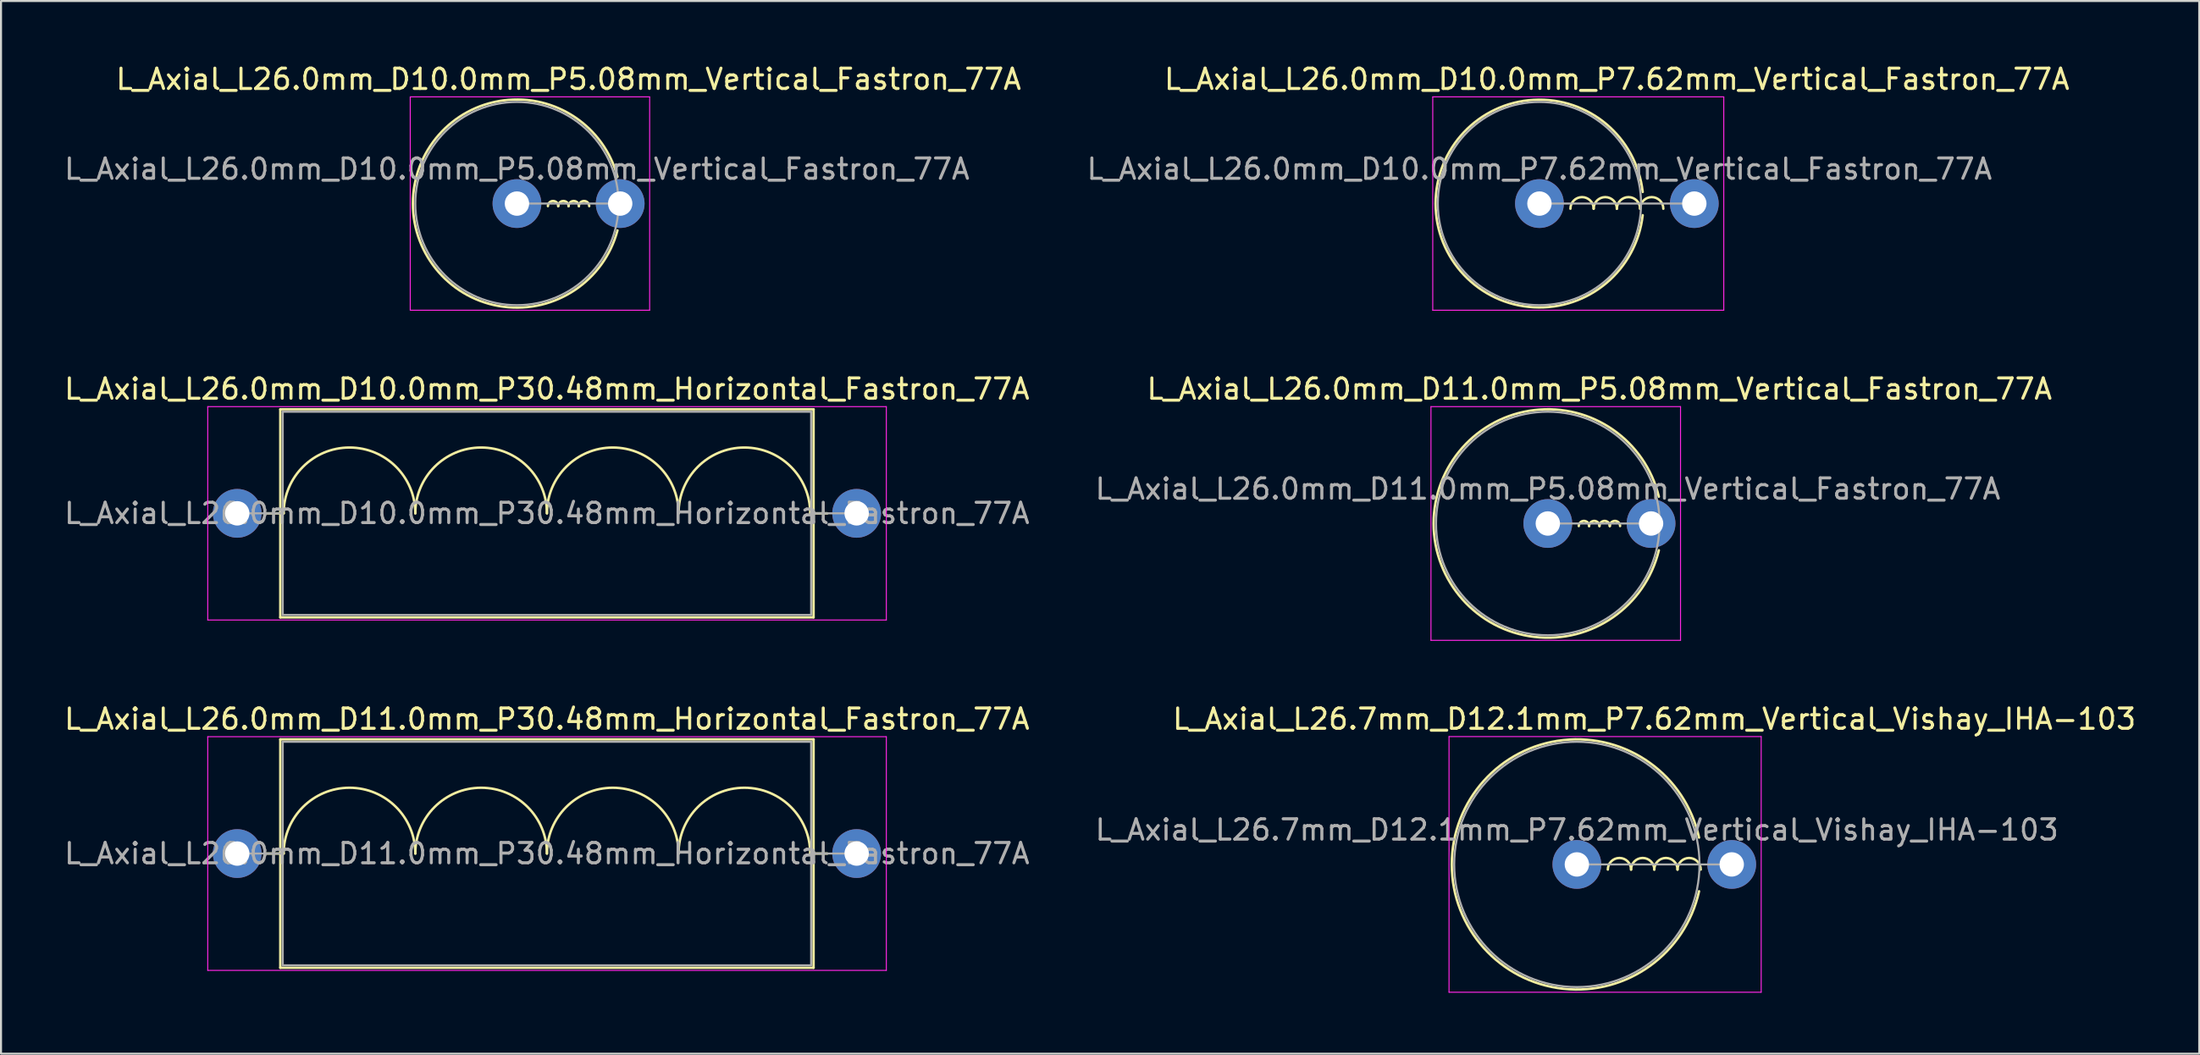
<source format=kicad_pcb>
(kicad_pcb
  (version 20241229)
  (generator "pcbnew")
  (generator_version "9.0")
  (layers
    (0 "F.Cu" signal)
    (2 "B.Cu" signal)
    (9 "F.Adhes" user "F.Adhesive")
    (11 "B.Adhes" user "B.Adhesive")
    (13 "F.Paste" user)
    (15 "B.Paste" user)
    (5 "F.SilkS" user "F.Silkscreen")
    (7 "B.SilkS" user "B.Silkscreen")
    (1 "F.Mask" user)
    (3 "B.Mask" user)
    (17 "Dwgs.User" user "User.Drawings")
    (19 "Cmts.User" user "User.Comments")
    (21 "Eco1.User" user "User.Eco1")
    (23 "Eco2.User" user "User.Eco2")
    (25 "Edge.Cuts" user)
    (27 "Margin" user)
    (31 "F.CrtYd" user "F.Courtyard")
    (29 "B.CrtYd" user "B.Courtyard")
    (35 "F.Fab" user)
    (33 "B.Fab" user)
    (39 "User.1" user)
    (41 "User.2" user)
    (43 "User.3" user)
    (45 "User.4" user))
  (footprint "L_Axial_L26.7mm_D12.1mm_P7.62mm_Vertical_Vishay_IHA-103"
    (layer "F.Cu")
    (at 74.542 39.49)
    (property "Reference" "L_Axial_L26.7mm_D12.1mm_P7.62mm_Vertical_Vishay_IHA-103" (at 3.81 -7.155 0) (layer "F.SilkS") (effects (font (size 1 1) (thickness 0.15))))
    (attr through_hole)
    (fp_arc (start 1.524 0.254) (mid 2.0955 -0.3175) (end 2.667 0.254) (stroke (width 0.12) (type solid)) (layer "F.SilkS"))
    (fp_arc (start 2.667 0.254) (mid 3.2385 -0.3175) (end 3.81 0.254) (stroke (width 0.12) (type solid)) (layer "F.SilkS"))
    (fp_arc (start 3.81 0.254) (mid 4.3815 -0.3175) (end 4.953 0.254) (stroke (width 0.12) (type solid)) (layer "F.SilkS"))
    (fp_arc (start 4.953 0.254) (mid 5.5245 -0.3175) (end 6.096 0.254) (stroke (width 0.12) (type solid)) (layer "F.SilkS"))
    (fp_arc (start 6.01179 1.32) (mid -6.155 0) (end 6.01179 -1.32) (stroke (width 0.12) (type solid)) (layer "F.SilkS"))
    (fp_line (start -6.29 -6.29) (end -6.29 6.29) (stroke (width 0.05) (type solid)) (layer "F.CrtYd"))
    (fp_line (start -6.29 6.29) (end 9.07 6.29) (stroke (width 0.05) (type solid)) (layer "F.CrtYd"))
    (fp_line (start 9.07 -6.29) (end -6.29 -6.29) (stroke (width 0.05) (type solid)) (layer "F.CrtYd"))
    (fp_line (start 9.07 6.29) (end 9.07 -6.29) (stroke (width 0.05) (type solid)) (layer "F.CrtYd"))
    (fp_line (start 0 0) (end 7.62 0) (stroke (width 0.1) (type solid)) (layer "F.Fab"))
    (fp_circle (center 0 0) (end 6.035 0) (stroke (width 0.1) (type solid)) (fill no) (layer "F.Fab"))
    (fp_text user "${REFERENCE}" (at 0 -1.7 0) (layer "F.Fab") (effects (font (size 1 1) (thickness 0.15))))
    (pad "1" thru_hole circle (at 0 0) (size 2.4 2.4) (drill 1.2) (layers "*.Cu" "*.Mask"))
    (pad "2" thru_hole oval (at 7.62 0) (size 2.4 2.4) (drill 1.2) (layers "*.Cu" "*.Mask")))
  (footprint "L_Axial_L26.0mm_D10.0mm_P5.08mm_Vertical_Fastron_77A"
    (layer "F.Cu")
    (at 22.387 6.968)
    (property "Reference" "L_Axial_L26.0mm_D10.0mm_P5.08mm_Vertical_Fastron_77A" (at 2.54 -6.12 0) (layer "F.SilkS") (effects (font (size 1 1) (thickness 0.15))))
    (attr through_hole)
    (fp_arc (start 1.524 0.127) (mid 1.778 -0.127) (end 2.032 0.127) (stroke (width 0.12) (type solid)) (layer "F.SilkS"))
    (fp_arc (start 2.032 0.127) (mid 2.286 -0.127) (end 2.54 0.127) (stroke (width 0.12) (type solid)) (layer "F.SilkS"))
    (fp_arc (start 2.54 0.127) (mid 2.794 -0.127) (end 3.048 0.127) (stroke (width 0.12) (type solid)) (layer "F.SilkS"))
    (fp_arc (start 3.048 0.127) (mid 3.302 -0.127) (end 3.556 0.127) (stroke (width 0.12) (type solid)) (layer "F.SilkS"))
    (fp_arc (start 4.946918 1.32) (mid -5.12 0) (end 4.946918 -1.32) (stroke (width 0.12) (type solid)) (layer "F.SilkS"))
    (fp_line (start -5.25 -5.25) (end -5.25 5.25) (stroke (width 0.05) (type solid)) (layer "F.CrtYd"))
    (fp_line (start -5.25 5.25) (end 6.53 5.25) (stroke (width 0.05) (type solid)) (layer "F.CrtYd"))
    (fp_line (start 6.53 -5.25) (end -5.25 -5.25) (stroke (width 0.05) (type solid)) (layer "F.CrtYd"))
    (fp_line (start 6.53 5.25) (end 6.53 -5.25) (stroke (width 0.05) (type solid)) (layer "F.CrtYd"))
    (fp_line (start 0 0) (end 5.08 0) (stroke (width 0.1) (type solid)) (layer "F.Fab"))
    (fp_circle (center 0 0) (end 5 0) (stroke (width 0.1) (type solid)) (fill no) (layer "F.Fab"))
    (fp_text user "${REFERENCE}" (at 0 -1.7 0) (layer "F.Fab") (effects (font (size 1 1) (thickness 0.15))))
    (pad "1" thru_hole circle (at 0 0) (size 2.4 2.4) (drill 1.2) (layers "*.Cu" "*.Mask"))
    (pad "2" thru_hole oval (at 5.08 0) (size 2.4 2.4) (drill 1.2) (layers "*.Cu" "*.Mask")))
  (footprint "L_Axial_L26.0mm_D11.0mm_P5.08mm_Vertical_Fastron_77A"
    (layer "F.Cu")
    (at 73.113 22.712)
    (property "Reference" "L_Axial_L26.0mm_D11.0mm_P5.08mm_Vertical_Fastron_77A" (at 2.54 -6.62 0) (layer "F.SilkS") (effects (font (size 1 1) (thickness 0.15))))
    (attr through_hole)
    (fp_arc (start 1.524 0.127) (mid 1.778 -0.127) (end 2.032 0.127) (stroke (width 0.12) (type solid)) (layer "F.SilkS"))
    (fp_arc (start 2.032 0.127) (mid 2.286 -0.127) (end 2.54 0.127) (stroke (width 0.12) (type solid)) (layer "F.SilkS"))
    (fp_arc (start 2.54 0.127) (mid 2.794 -0.127) (end 3.048 0.127) (stroke (width 0.12) (type solid)) (layer "F.SilkS"))
    (fp_arc (start 3.048 0.127) (mid 3.302 -0.127) (end 3.556 0.127) (stroke (width 0.12) (type solid)) (layer "F.SilkS"))
    (fp_arc (start 5.462783 1.32) (mid -5.62 0) (end 5.462783 -1.32) (stroke (width 0.12) (type solid)) (layer "F.SilkS"))
    (fp_line (start -5.75 -5.75) (end -5.75 5.75) (stroke (width 0.05) (type solid)) (layer "F.CrtYd"))
    (fp_line (start -5.75 5.75) (end 6.53 5.75) (stroke (width 0.05) (type solid)) (layer "F.CrtYd"))
    (fp_line (start 6.53 -5.75) (end -5.75 -5.75) (stroke (width 0.05) (type solid)) (layer "F.CrtYd"))
    (fp_line (start 6.53 5.75) (end 6.53 -5.75) (stroke (width 0.05) (type solid)) (layer "F.CrtYd"))
    (fp_line (start 0 0) (end 5.08 0) (stroke (width 0.1) (type solid)) (layer "F.Fab"))
    (fp_circle (center 0 0) (end 5.5 0) (stroke (width 0.1) (type solid)) (fill no) (layer "F.Fab"))
    (fp_text user "${REFERENCE}" (at 0 -1.7 0) (layer "F.Fab") (effects (font (size 1 1) (thickness 0.15))))
    (pad "1" thru_hole circle (at 0 0) (size 2.4 2.4) (drill 1.2) (layers "*.Cu" "*.Mask"))
    (pad "2" thru_hole oval (at 5.08 0) (size 2.4 2.4) (drill 1.2) (layers "*.Cu" "*.Mask")))
  (footprint "L_Axial_L26.0mm_D11.0mm_P30.48mm_Horizontal_Fastron_77A"
    (layer "F.Cu")
    (at 8.623 38.955)
    (property "Reference" "L_Axial_L26.0mm_D11.0mm_P30.48mm_Horizontal_Fastron_77A" (at 15.24 -6.62 0) (layer "F.SilkS") (effects (font (size 1 1) (thickness 0.15))))
    (attr through_hole)
    (fp_line (start 1.44 0) (end 2.12 0) (stroke (width 0.12) (type solid)) (layer "F.SilkS"))
    (fp_line (start 2.12 -5.62) (end 2.12 5.62) (stroke (width 0.12) (type solid)) (layer "F.SilkS"))
    (fp_line (start 2.12 5.62) (end 28.36 5.62) (stroke (width 0.12) (type solid)) (layer "F.SilkS"))
    (fp_line (start 2.286 0) (end 2.12 0) (stroke (width 0.12) (type solid)) (layer "F.SilkS"))
    (fp_line (start 28.194 0) (end 28.321 0) (stroke (width 0.12) (type solid)) (layer "F.SilkS"))
    (fp_line (start 28.36 -5.62) (end 2.12 -5.62) (stroke (width 0.12) (type solid)) (layer "F.SilkS"))
    (fp_line (start 28.36 5.62) (end 28.36 -5.62) (stroke (width 0.12) (type solid)) (layer "F.SilkS"))
    (fp_line (start 29.04 0) (end 28.36 0) (stroke (width 0.12) (type solid)) (layer "F.SilkS"))
    (fp_arc (start 2.286 0) (mid 5.5245 -3.2385) (end 8.763 0) (stroke (width 0.12) (type solid)) (layer "F.SilkS"))
    (fp_arc (start 8.763 0) (mid 12.0015 -3.2385) (end 15.24 0) (stroke (width 0.12) (type solid)) (layer "F.SilkS"))
    (fp_arc (start 15.24 0) (mid 18.4785 -3.2385) (end 21.717 0) (stroke (width 0.12) (type solid)) (layer "F.SilkS"))
    (fp_arc (start 21.717 0) (mid 24.9555 -3.2385) (end 28.194 0) (stroke (width 0.12) (type solid)) (layer "F.SilkS"))
    (fp_line (start -1.45 -5.75) (end -1.45 5.75) (stroke (width 0.05) (type solid)) (layer "F.CrtYd"))
    (fp_line (start -1.45 5.75) (end 31.94 5.75) (stroke (width 0.05) (type solid)) (layer "F.CrtYd"))
    (fp_line (start 31.94 -5.75) (end -1.45 -5.75) (stroke (width 0.05) (type solid)) (layer "F.CrtYd"))
    (fp_line (start 31.94 5.75) (end 31.94 -5.75) (stroke (width 0.05) (type solid)) (layer "F.CrtYd"))
    (fp_line (start 0 0) (end 2.24 0) (stroke (width 0.1) (type solid)) (layer "F.Fab"))
    (fp_line (start 2.24 -5.5) (end 2.24 5.5) (stroke (width 0.1) (type solid)) (layer "F.Fab"))
    (fp_line (start 2.24 5.5) (end 28.24 5.5) (stroke (width 0.1) (type solid)) (layer "F.Fab"))
    (fp_line (start 28.24 -5.5) (end 2.24 -5.5) (stroke (width 0.1) (type solid)) (layer "F.Fab"))
    (fp_line (start 28.24 5.5) (end 28.24 -5.5) (stroke (width 0.1) (type solid)) (layer "F.Fab"))
    (fp_line (start 30.48 0) (end 28.24 0) (stroke (width 0.1) (type solid)) (layer "F.Fab"))
    (fp_text user "${REFERENCE}" (at 15.24 0 0) (layer "F.Fab") (effects (font (size 1 1) (thickness 0.15))))
    (pad "1" thru_hole circle (at 0 0) (size 2.4 2.4) (drill 1.2) (layers "*.Cu" "*.Mask"))
    (pad "2" thru_hole oval (at 30.48 0) (size 2.4 2.4) (drill 1.2) (layers "*.Cu" "*.Mask")))
  (footprint "L_Axial_L26.0mm_D10.0mm_P30.48mm_Horizontal_Fastron_77A"
    (layer "F.Cu")
    (at 8.623 22.212)
    (property "Reference" "L_Axial_L26.0mm_D10.0mm_P30.48mm_Horizontal_Fastron_77A" (at 15.24 -6.12 0) (layer "F.SilkS") (effects (font (size 1 1) (thickness 0.15))))
    (attr through_hole)
    (fp_line (start 1.44 0) (end 2.12 0) (stroke (width 0.12) (type solid)) (layer "F.SilkS"))
    (fp_line (start 2.12 -5.12) (end 2.12 5.12) (stroke (width 0.12) (type solid)) (layer "F.SilkS"))
    (fp_line (start 2.12 5.12) (end 28.36 5.12) (stroke (width 0.12) (type solid)) (layer "F.SilkS"))
    (fp_line (start 2.286 0) (end 2.12 0) (stroke (width 0.12) (type solid)) (layer "F.SilkS"))
    (fp_line (start 28.194 0) (end 28.321 0) (stroke (width 0.12) (type solid)) (layer "F.SilkS"))
    (fp_line (start 28.36 -5.12) (end 2.12 -5.12) (stroke (width 0.12) (type solid)) (layer "F.SilkS"))
    (fp_line (start 28.36 5.12) (end 28.36 -5.12) (stroke (width 0.12) (type solid)) (layer "F.SilkS"))
    (fp_line (start 29.04 0) (end 28.36 0) (stroke (width 0.12) (type solid)) (layer "F.SilkS"))
    (fp_arc (start 2.286 0) (mid 5.5245 -3.2385) (end 8.763 0) (stroke (width 0.12) (type solid)) (layer "F.SilkS"))
    (fp_arc (start 8.763 0) (mid 12.0015 -3.2385) (end 15.24 0) (stroke (width 0.12) (type solid)) (layer "F.SilkS"))
    (fp_arc (start 15.24 0) (mid 18.4785 -3.2385) (end 21.717 0) (stroke (width 0.12) (type solid)) (layer "F.SilkS"))
    (fp_arc (start 21.717 0) (mid 24.9555 -3.2385) (end 28.194 0) (stroke (width 0.12) (type solid)) (layer "F.SilkS"))
    (fp_line (start -1.45 -5.25) (end -1.45 5.25) (stroke (width 0.05) (type solid)) (layer "F.CrtYd"))
    (fp_line (start -1.45 5.25) (end 31.94 5.25) (stroke (width 0.05) (type solid)) (layer "F.CrtYd"))
    (fp_line (start 31.94 -5.25) (end -1.45 -5.25) (stroke (width 0.05) (type solid)) (layer "F.CrtYd"))
    (fp_line (start 31.94 5.25) (end 31.94 -5.25) (stroke (width 0.05) (type solid)) (layer "F.CrtYd"))
    (fp_line (start 0 0) (end 2.24 0) (stroke (width 0.1) (type solid)) (layer "F.Fab"))
    (fp_line (start 2.24 -5) (end 2.24 5) (stroke (width 0.1) (type solid)) (layer "F.Fab"))
    (fp_line (start 2.24 5) (end 28.24 5) (stroke (width 0.1) (type solid)) (layer "F.Fab"))
    (fp_line (start 28.24 -5) (end 2.24 -5) (stroke (width 0.1) (type solid)) (layer "F.Fab"))
    (fp_line (start 28.24 5) (end 28.24 -5) (stroke (width 0.1) (type solid)) (layer "F.Fab"))
    (fp_line (start 30.48 0) (end 28.24 0) (stroke (width 0.1) (type solid)) (layer "F.Fab"))
    (fp_text user "${REFERENCE}" (at 15.24 0 0) (layer "F.Fab") (effects (font (size 1 1) (thickness 0.15))))
    (pad "1" thru_hole circle (at 0 0) (size 2.4 2.4) (drill 1.2) (layers "*.Cu" "*.Mask"))
    (pad "2" thru_hole oval (at 30.48 0) (size 2.4 2.4) (drill 1.2) (layers "*.Cu" "*.Mask")))
  (footprint "L_Axial_L26.0mm_D10.0mm_P7.62mm_Vertical_Fastron_77A"
    (layer "F.Cu")
    (at 72.701 6.968)
    (property "Reference" "L_Axial_L26.0mm_D10.0mm_P7.62mm_Vertical_Fastron_77A" (at 3.81 -6.12 0) (layer "F.SilkS") (effects (font (size 1 1) (thickness 0.15))))
    (attr through_hole)
    (fp_arc (start 1.524 0.254) (mid 2.0955 -0.3175) (end 2.667 0.254) (stroke (width 0.12) (type solid)) (layer "F.SilkS"))
    (fp_arc (start 2.667 0.254) (mid 3.2385 -0.3175) (end 3.81 0.254) (stroke (width 0.12) (type solid)) (layer "F.SilkS"))
    (fp_arc (start 3.81 0.254) (mid 4.3815 -0.3175) (end 4.953 0.254) (stroke (width 0.12) (type solid)) (layer "F.SilkS"))
    (fp_arc (start 4.953 0.254) (mid 5.5245 -0.3175) (end 6.096 0.254) (stroke (width 0.12) (type solid)) (layer "F.SilkS"))
    (fp_arc (start 5.08 0.5715) (mid -5.112046 0) (end 5.08 -0.5715) (stroke (width 0.12) (type solid)) (layer "F.SilkS"))
    (fp_line (start -5.25 -5.25) (end -5.25 5.25) (stroke (width 0.05) (type solid)) (layer "F.CrtYd"))
    (fp_line (start -5.25 5.25) (end 9.07 5.25) (stroke (width 0.05) (type solid)) (layer "F.CrtYd"))
    (fp_line (start 9.07 -5.25) (end -5.25 -5.25) (stroke (width 0.05) (type solid)) (layer "F.CrtYd"))
    (fp_line (start 9.07 5.25) (end 9.07 -5.25) (stroke (width 0.05) (type solid)) (layer "F.CrtYd"))
    (fp_line (start 0 0) (end 7.62 0) (stroke (width 0.1) (type solid)) (layer "F.Fab"))
    (fp_circle (center 0 0) (end 5 0) (stroke (width 0.1) (type solid)) (fill no) (layer "F.Fab"))
    (fp_text user "${REFERENCE}" (at 0 -1.7 0) (layer "F.Fab") (effects (font (size 1 1) (thickness 0.15))))
    (pad "1" thru_hole circle (at 0 0) (size 2.4 2.4) (drill 1.2) (layers "*.Cu" "*.Mask"))
    (pad "2" thru_hole oval (at 7.62 0) (size 2.4 2.4) (drill 1.2) (layers "*.Cu" "*.Mask")))
  (gr_rect
    (start -3 -3)
    (end 105.167 48.805)
    (stroke (width 0.1) (type default))
    (fill no)
    (layer "Edge.Cuts")))
</source>
